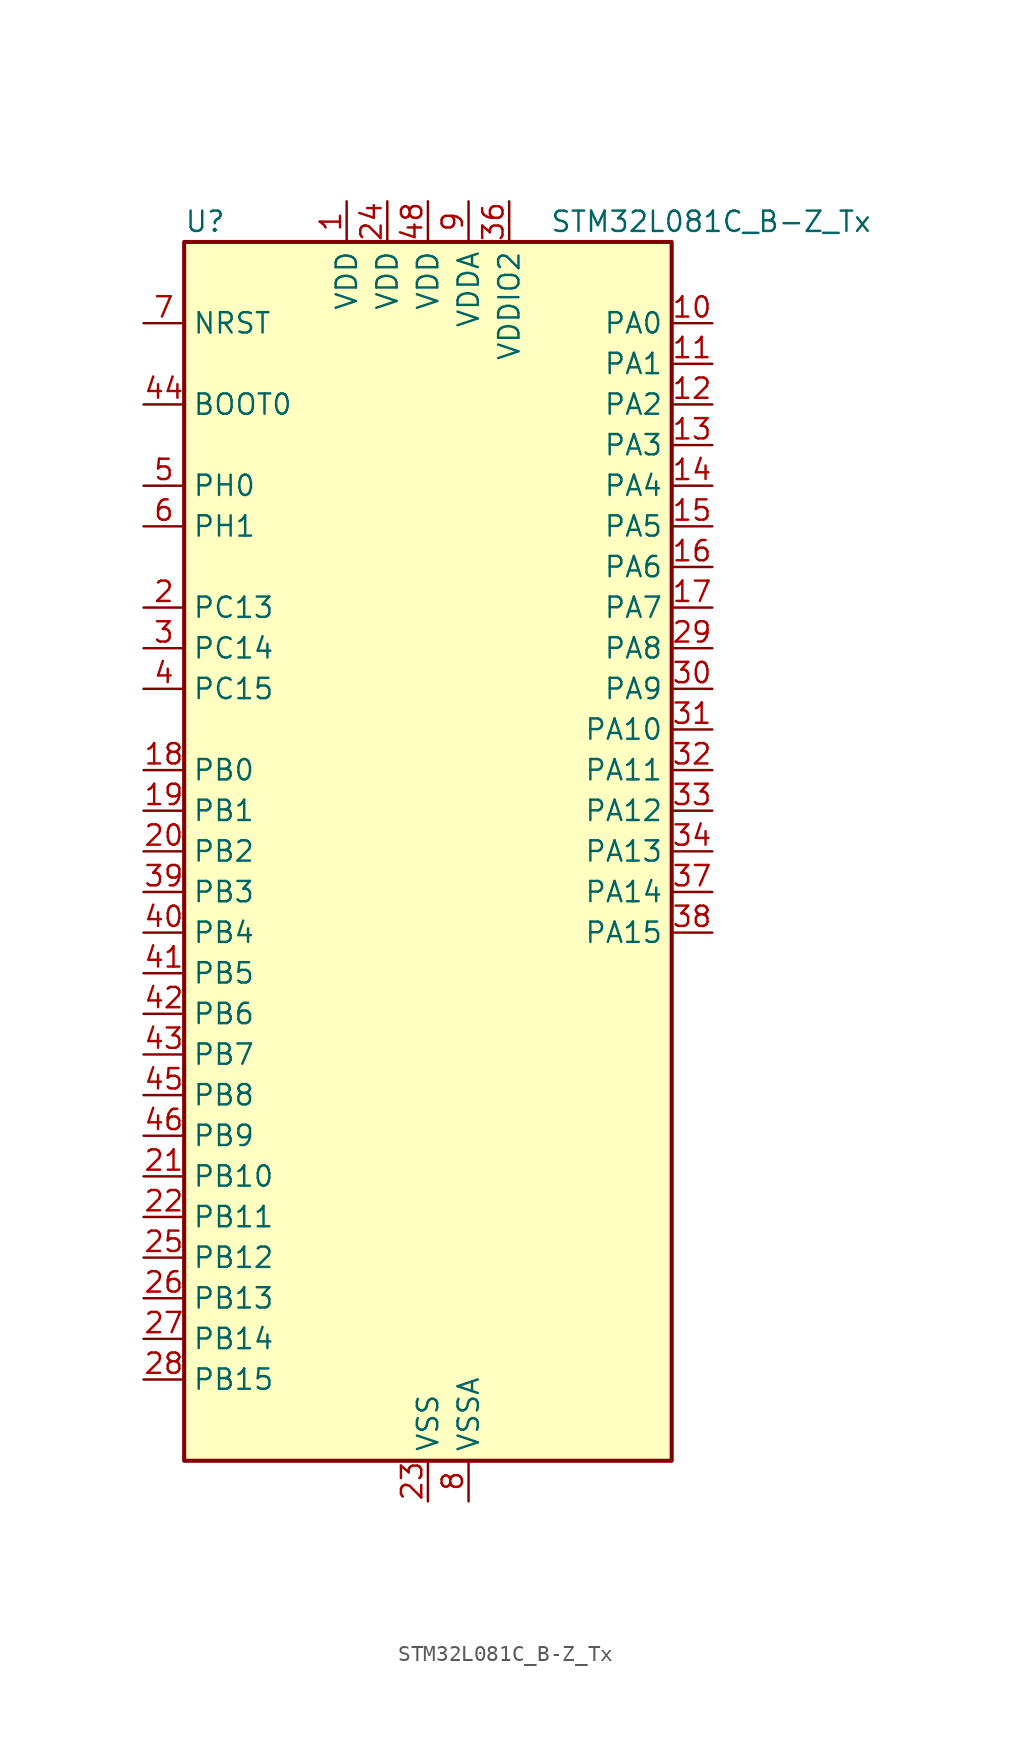
<source format=kicad_sym>
(kicad_symbol_lib
  (version 20241209)
  (generator "kicad_symbol_editor")
  (generator_version "9.0")
  (symbol "STM32L081C_B-Z_Tx"
    (property "Reference" "U"
      (at -15.24 39.37 0)
      (effects (font (size 1.27 1.27)) (justify left)))
    (property "Value" "STM32L081C_B-Z_Tx"
      (at 7.62 39.37 0)
      (effects (font (size 1.27 1.27)) (justify left)))
    (symbol "STM32L081C_B-Z_Tx_0_1"
      (rectangle (start -15.24 -38.1) (end 15.24 38.1) (stroke (width 0.254) (type default)) (fill (type background))))
    (symbol "STM32L081C_B-Z_Tx_1_1"
      (pin input line (at -17.78 33.02 0) (length 2.54) (name "NRST" (effects (font (size 1.27 1.27)))) (number "7" (effects (font (size 1.27 1.27)))))
      (pin input line (at -17.78 27.94 0) (length 2.54) (name "BOOT0" (effects (font (size 1.27 1.27)))) (number "44" (effects (font (size 1.27 1.27)))))
      (pin bidirectional line (at -17.78 22.86 0) (length 2.54) (name "PH0" (effects (font (size 1.27 1.27)))) (number "5" (effects (font (size 1.27 1.27)))) (alternate "RCC_OSC_IN" bidirectional line))
      (pin bidirectional line (at -17.78 20.32 0) (length 2.54) (name "PH1" (effects (font (size 1.27 1.27)))) (number "6" (effects (font (size 1.27 1.27)))) (alternate "RCC_OSC_OUT" bidirectional line))
      (pin bidirectional line (at -17.78 15.24 0) (length 2.54) (name "PC13" (effects (font (size 1.27 1.27)))) (number "2" (effects (font (size 1.27 1.27)))) (alternate "RTC_OUT_ALARM" bidirectional line) (alternate "RTC_OUT_CALIB" bidirectional line) (alternate "RTC_TAMP1" bidirectional line) (alternate "RTC_TS" bidirectional line) (alternate "SYS_WKUP2" bidirectional line))
      (pin bidirectional line (at -17.78 12.7 0) (length 2.54) (name "PC14" (effects (font (size 1.27 1.27)))) (number "3" (effects (font (size 1.27 1.27)))) (alternate "RCC_OSC32_IN" bidirectional line))
      (pin bidirectional line (at -17.78 10.16 0) (length 2.54) (name "PC15" (effects (font (size 1.27 1.27)))) (number "4" (effects (font (size 1.27 1.27)))) (alternate "RCC_OSC32_OUT" bidirectional line))
      (pin bidirectional line (at -17.78 5.08 0) (length 2.54) (name "PB0" (effects (font (size 1.27 1.27)))) (number "18" (effects (font (size 1.27 1.27)))) (alternate "ADC_IN8" bidirectional line) (alternate "SYS_VREF_OUT_PB0" bidirectional line) (alternate "TIM3_CH3" bidirectional line))
      (pin bidirectional line (at -17.78 2.54 0) (length 2.54) (name "PB1" (effects (font (size 1.27 1.27)))) (number "19" (effects (font (size 1.27 1.27)))) (alternate "ADC_IN9" bidirectional line) (alternate "LPUART1_DE" bidirectional line) (alternate "LPUART1_RTS" bidirectional line) (alternate "SYS_VREF_OUT_PB1" bidirectional line) (alternate "TIM3_CH4" bidirectional line))
      (pin bidirectional line (at -17.78 0 0) (length 2.54) (name "PB2" (effects (font (size 1.27 1.27)))) (number "20" (effects (font (size 1.27 1.27)))) (alternate "I2C3_SMBA" bidirectional line) (alternate "LPTIM1_OUT" bidirectional line))
      (pin bidirectional line (at -17.78 -2.54 0) (length 2.54) (name "PB3" (effects (font (size 1.27 1.27)))) (number "39" (effects (font (size 1.27 1.27)))) (alternate "COMP2_INM" bidirectional line) (alternate "SPI1_SCK" bidirectional line) (alternate "TIM2_CH2" bidirectional line) (alternate "USART1_DE" bidirectional line) (alternate "USART1_RTS" bidirectional line) (alternate "USART5_TX" bidirectional line))
      (pin bidirectional line (at -17.78 -5.08 0) (length 2.54) (name "PB4" (effects (font (size 1.27 1.27)))) (number "40" (effects (font (size 1.27 1.27)))) (alternate "COMP2_INP" bidirectional line) (alternate "I2C3_SDA" bidirectional line) (alternate "SPI1_MISO" bidirectional line) (alternate "TIM22_CH1" bidirectional line) (alternate "TIM3_CH1" bidirectional line) (alternate "USART1_CTS" bidirectional line) (alternate "USART5_RX" bidirectional line))
      (pin bidirectional line (at -17.78 -7.62 0) (length 2.54) (name "PB5" (effects (font (size 1.27 1.27)))) (number "41" (effects (font (size 1.27 1.27)))) (alternate "COMP2_INP" bidirectional line) (alternate "I2C1_SMBA" bidirectional line) (alternate "LPTIM1_IN1" bidirectional line) (alternate "SPI1_MOSI" bidirectional line) (alternate "TIM22_CH2" bidirectional line) (alternate "TIM3_CH2" bidirectional line) (alternate "USART1_CK" bidirectional line) (alternate "USART5_CK" bidirectional line) (alternate "USART5_DE" bidirectional line) (alternate "USART5_RTS" bidirectional line))
      (pin bidirectional line (at -17.78 -10.16 0) (length 2.54) (name "PB6" (effects (font (size 1.27 1.27)))) (number "42" (effects (font (size 1.27 1.27)))) (alternate "COMP2_INP" bidirectional line) (alternate "I2C1_SCL" bidirectional line) (alternate "LPTIM1_ETR" bidirectional line) (alternate "USART1_TX" bidirectional line))
      (pin bidirectional line (at -17.78 -12.7 0) (length 2.54) (name "PB7" (effects (font (size 1.27 1.27)))) (number "43" (effects (font (size 1.27 1.27)))) (alternate "COMP2_INP" bidirectional line) (alternate "I2C1_SDA" bidirectional line) (alternate "LPTIM1_IN2" bidirectional line) (alternate "SYS_PVD_IN" bidirectional line) (alternate "USART1_RX" bidirectional line) (alternate "USART4_CTS" bidirectional line))
      (pin bidirectional line (at -17.78 -15.24 0) (length 2.54) (name "PB8" (effects (font (size 1.27 1.27)))) (number "45" (effects (font (size 1.27 1.27)))) (alternate "I2C1_SCL" bidirectional line))
      (pin bidirectional line (at -17.78 -17.78 0) (length 2.54) (name "PB9" (effects (font (size 1.27 1.27)))) (number "46" (effects (font (size 1.27 1.27)))) (alternate "I2C1_SDA" bidirectional line) (alternate "I2S2_WS" bidirectional line) (alternate "SPI2_NSS" bidirectional line))
      (pin bidirectional line (at -17.78 -20.32 0) (length 2.54) (name "PB10" (effects (font (size 1.27 1.27)))) (number "21" (effects (font (size 1.27 1.27)))) (alternate "I2C2_SCL" bidirectional line) (alternate "LPUART1_RX" bidirectional line) (alternate "LPUART1_TX" bidirectional line) (alternate "SPI2_SCK" bidirectional line) (alternate "TIM2_CH3" bidirectional line))
      (pin bidirectional line (at -17.78 -22.86 0) (length 2.54) (name "PB11" (effects (font (size 1.27 1.27)))) (number "22" (effects (font (size 1.27 1.27)))) (alternate "ADC_EXTI11" bidirectional line) (alternate "I2C2_SDA" bidirectional line) (alternate "LPUART1_RX" bidirectional line) (alternate "LPUART1_TX" bidirectional line) (alternate "TIM2_CH4" bidirectional line))
      (pin bidirectional line (at -17.78 -25.4 0) (length 2.54) (name "PB12" (effects (font (size 1.27 1.27)))) (number "25" (effects (font (size 1.27 1.27)))) (alternate "I2S2_WS" bidirectional line) (alternate "LPUART1_DE" bidirectional line) (alternate "LPUART1_RTS" bidirectional line) (alternate "SPI2_NSS" bidirectional line))
      (pin bidirectional line (at -17.78 -27.94 0) (length 2.54) (name "PB13" (effects (font (size 1.27 1.27)))) (number "26" (effects (font (size 1.27 1.27)))) (alternate "I2C2_SCL" bidirectional line) (alternate "I2S2_CK" bidirectional line) (alternate "LPUART1_CTS" bidirectional line) (alternate "RCC_MCO" bidirectional line) (alternate "SPI2_SCK" bidirectional line) (alternate "TIM21_CH1" bidirectional line))
      (pin bidirectional line (at -17.78 -30.48 0) (length 2.54) (name "PB14" (effects (font (size 1.27 1.27)))) (number "27" (effects (font (size 1.27 1.27)))) (alternate "I2C2_SDA" bidirectional line) (alternate "I2S2_MCK" bidirectional line) (alternate "LPUART1_DE" bidirectional line) (alternate "LPUART1_RTS" bidirectional line) (alternate "RTC_OUT_ALARM" bidirectional line) (alternate "RTC_OUT_CALIB" bidirectional line) (alternate "SPI2_MISO" bidirectional line) (alternate "TIM21_CH2" bidirectional line))
      (pin bidirectional line (at -17.78 -33.02 0) (length 2.54) (name "PB15" (effects (font (size 1.27 1.27)))) (number "28" (effects (font (size 1.27 1.27)))) (alternate "I2S2_SD" bidirectional line) (alternate "RTC_REFIN" bidirectional line) (alternate "SPI2_MOSI" bidirectional line))
      (pin power_in line (at -5.08 40.64 270) (length 2.54) (name "VDD" (effects (font (size 1.27 1.27)))) (number "1" (effects (font (size 1.27 1.27)))))
      (pin power_in line (at -2.54 40.64 270) (length 2.54) (name "VDD" (effects (font (size 1.27 1.27)))) (number "24" (effects (font (size 1.27 1.27)))))
      (pin power_in line (at 0 40.64 270) (length 2.54) (name "VDD" (effects (font (size 1.27 1.27)))) (number "48" (effects (font (size 1.27 1.27)))))
      (pin power_in line (at 0 -40.64 90) (length 2.54) (name "VSS" (effects (font (size 1.27 1.27)))) (number "23" (effects (font (size 1.27 1.27)))))
      (pin passive line (at 0 -40.64 90) (length 2.54) (hide yes) (name "VSS" (effects (font (size 1.27 1.27)))) (number "35" (effects (font (size 1.27 1.27)))))
      (pin passive line (at 0 -40.64 90) (length 2.54) (hide yes) (name "VSS" (effects (font (size 1.27 1.27)))) (number "47" (effects (font (size 1.27 1.27)))))
      (pin power_in line (at 2.54 40.64 270) (length 2.54) (name "VDDA" (effects (font (size 1.27 1.27)))) (number "9" (effects (font (size 1.27 1.27)))))
      (pin power_in line (at 2.54 -40.64 90) (length 2.54) (name "VSSA" (effects (font (size 1.27 1.27)))) (number "8" (effects (font (size 1.27 1.27)))))
      (pin power_in line (at 5.08 40.64 270) (length 2.54) (name "VDDIO2" (effects (font (size 1.27 1.27)))) (number "36" (effects (font (size 1.27 1.27)))))
      (pin bidirectional line (at 17.78 33.02 180) (length 2.54) (name "PA0" (effects (font (size 1.27 1.27)))) (number "10" (effects (font (size 1.27 1.27)))) (alternate "ADC_IN0" bidirectional line) (alternate "COMP1_INM" bidirectional line) (alternate "COMP1_OUT" bidirectional line) (alternate "RTC_TAMP2" bidirectional line) (alternate "SYS_WKUP1" bidirectional line) (alternate "TIM2_CH1" bidirectional line) (alternate "TIM2_ETR" bidirectional line) (alternate "USART2_CTS" bidirectional line) (alternate "USART4_TX" bidirectional line))
      (pin bidirectional line (at 17.78 30.48 180) (length 2.54) (name "PA1" (effects (font (size 1.27 1.27)))) (number "11" (effects (font (size 1.27 1.27)))) (alternate "ADC_IN1" bidirectional line) (alternate "COMP1_INP" bidirectional line) (alternate "TIM21_ETR" bidirectional line) (alternate "TIM2_CH2" bidirectional line) (alternate "USART2_DE" bidirectional line) (alternate "USART2_RTS" bidirectional line) (alternate "USART4_RX" bidirectional line))
      (pin bidirectional line (at 17.78 27.94 180) (length 2.54) (name "PA2" (effects (font (size 1.27 1.27)))) (number "12" (effects (font (size 1.27 1.27)))) (alternate "ADC_IN2" bidirectional line) (alternate "COMP2_INM" bidirectional line) (alternate "COMP2_OUT" bidirectional line) (alternate "LPUART1_TX" bidirectional line) (alternate "TIM21_CH1" bidirectional line) (alternate "TIM2_CH3" bidirectional line) (alternate "USART2_TX" bidirectional line))
      (pin bidirectional line (at 17.78 25.4 180) (length 2.54) (name "PA3" (effects (font (size 1.27 1.27)))) (number "13" (effects (font (size 1.27 1.27)))) (alternate "ADC_IN3" bidirectional line) (alternate "COMP2_INP" bidirectional line) (alternate "LPUART1_RX" bidirectional line) (alternate "TIM21_CH2" bidirectional line) (alternate "TIM2_CH4" bidirectional line) (alternate "USART2_RX" bidirectional line))
      (pin bidirectional line (at 17.78 22.86 180) (length 2.54) (name "PA4" (effects (font (size 1.27 1.27)))) (number "14" (effects (font (size 1.27 1.27)))) (alternate "ADC_IN4" bidirectional line) (alternate "COMP1_INM" bidirectional line) (alternate "COMP2_INM" bidirectional line) (alternate "SPI1_NSS" bidirectional line) (alternate "TIM22_ETR" bidirectional line) (alternate "USART2_CK" bidirectional line))
      (pin bidirectional line (at 17.78 20.32 180) (length 2.54) (name "PA5" (effects (font (size 1.27 1.27)))) (number "15" (effects (font (size 1.27 1.27)))) (alternate "ADC_IN5" bidirectional line) (alternate "COMP1_INM" bidirectional line) (alternate "COMP2_INM" bidirectional line) (alternate "SPI1_SCK" bidirectional line) (alternate "TIM2_CH1" bidirectional line) (alternate "TIM2_ETR" bidirectional line))
      (pin bidirectional line (at 17.78 17.78 180) (length 2.54) (name "PA6" (effects (font (size 1.27 1.27)))) (number "16" (effects (font (size 1.27 1.27)))) (alternate "ADC_IN6" bidirectional line) (alternate "COMP1_OUT" bidirectional line) (alternate "LPUART1_CTS" bidirectional line) (alternate "SPI1_MISO" bidirectional line) (alternate "TIM22_CH1" bidirectional line) (alternate "TIM3_CH1" bidirectional line))
      (pin bidirectional line (at 17.78 15.24 180) (length 2.54) (name "PA7" (effects (font (size 1.27 1.27)))) (number "17" (effects (font (size 1.27 1.27)))) (alternate "ADC_IN7" bidirectional line) (alternate "COMP2_OUT" bidirectional line) (alternate "SPI1_MOSI" bidirectional line) (alternate "TIM22_CH2" bidirectional line) (alternate "TIM3_CH2" bidirectional line))
      (pin bidirectional line (at 17.78 12.7 180) (length 2.54) (name "PA8" (effects (font (size 1.27 1.27)))) (number "29" (effects (font (size 1.27 1.27)))) (alternate "I2C3_SCL" bidirectional line) (alternate "RCC_MCO" bidirectional line) (alternate "USART1_CK" bidirectional line))
      (pin bidirectional line (at 17.78 10.16 180) (length 2.54) (name "PA9" (effects (font (size 1.27 1.27)))) (number "30" (effects (font (size 1.27 1.27)))) (alternate "I2C1_SCL" bidirectional line) (alternate "I2C3_SMBA" bidirectional line) (alternate "RCC_MCO" bidirectional line) (alternate "USART1_TX" bidirectional line))
      (pin bidirectional line (at 17.78 7.62 180) (length 2.54) (name "PA10" (effects (font (size 1.27 1.27)))) (number "31" (effects (font (size 1.27 1.27)))) (alternate "I2C1_SDA" bidirectional line) (alternate "USART1_RX" bidirectional line))
      (pin bidirectional line (at 17.78 5.08 180) (length 2.54) (name "PA11" (effects (font (size 1.27 1.27)))) (number "32" (effects (font (size 1.27 1.27)))) (alternate "ADC_EXTI11" bidirectional line) (alternate "COMP1_OUT" bidirectional line) (alternate "SPI1_MISO" bidirectional line) (alternate "USART1_CTS" bidirectional line))
      (pin bidirectional line (at 17.78 2.54 180) (length 2.54) (name "PA12" (effects (font (size 1.27 1.27)))) (number "33" (effects (font (size 1.27 1.27)))) (alternate "COMP2_OUT" bidirectional line) (alternate "SPI1_MOSI" bidirectional line) (alternate "USART1_DE" bidirectional line) (alternate "USART1_RTS" bidirectional line))
      (pin bidirectional line (at 17.78 0 180) (length 2.54) (name "PA13" (effects (font (size 1.27 1.27)))) (number "34" (effects (font (size 1.27 1.27)))) (alternate "LPUART1_RX" bidirectional line) (alternate "SYS_SWDIO" bidirectional line))
      (pin bidirectional line (at 17.78 -2.54 180) (length 2.54) (name "PA14" (effects (font (size 1.27 1.27)))) (number "37" (effects (font (size 1.27 1.27)))) (alternate "LPUART1_TX" bidirectional line) (alternate "SYS_SWCLK" bidirectional line) (alternate "USART2_TX" bidirectional line))
      (pin bidirectional line (at 17.78 -5.08 180) (length 2.54) (name "PA15" (effects (font (size 1.27 1.27)))) (number "38" (effects (font (size 1.27 1.27)))) (alternate "SPI1_NSS" bidirectional line) (alternate "TIM2_CH1" bidirectional line) (alternate "TIM2_ETR" bidirectional line) (alternate "USART2_RX" bidirectional line) (alternate "USART4_DE" bidirectional line) (alternate "USART4_RTS" bidirectional line)))))
</source>
